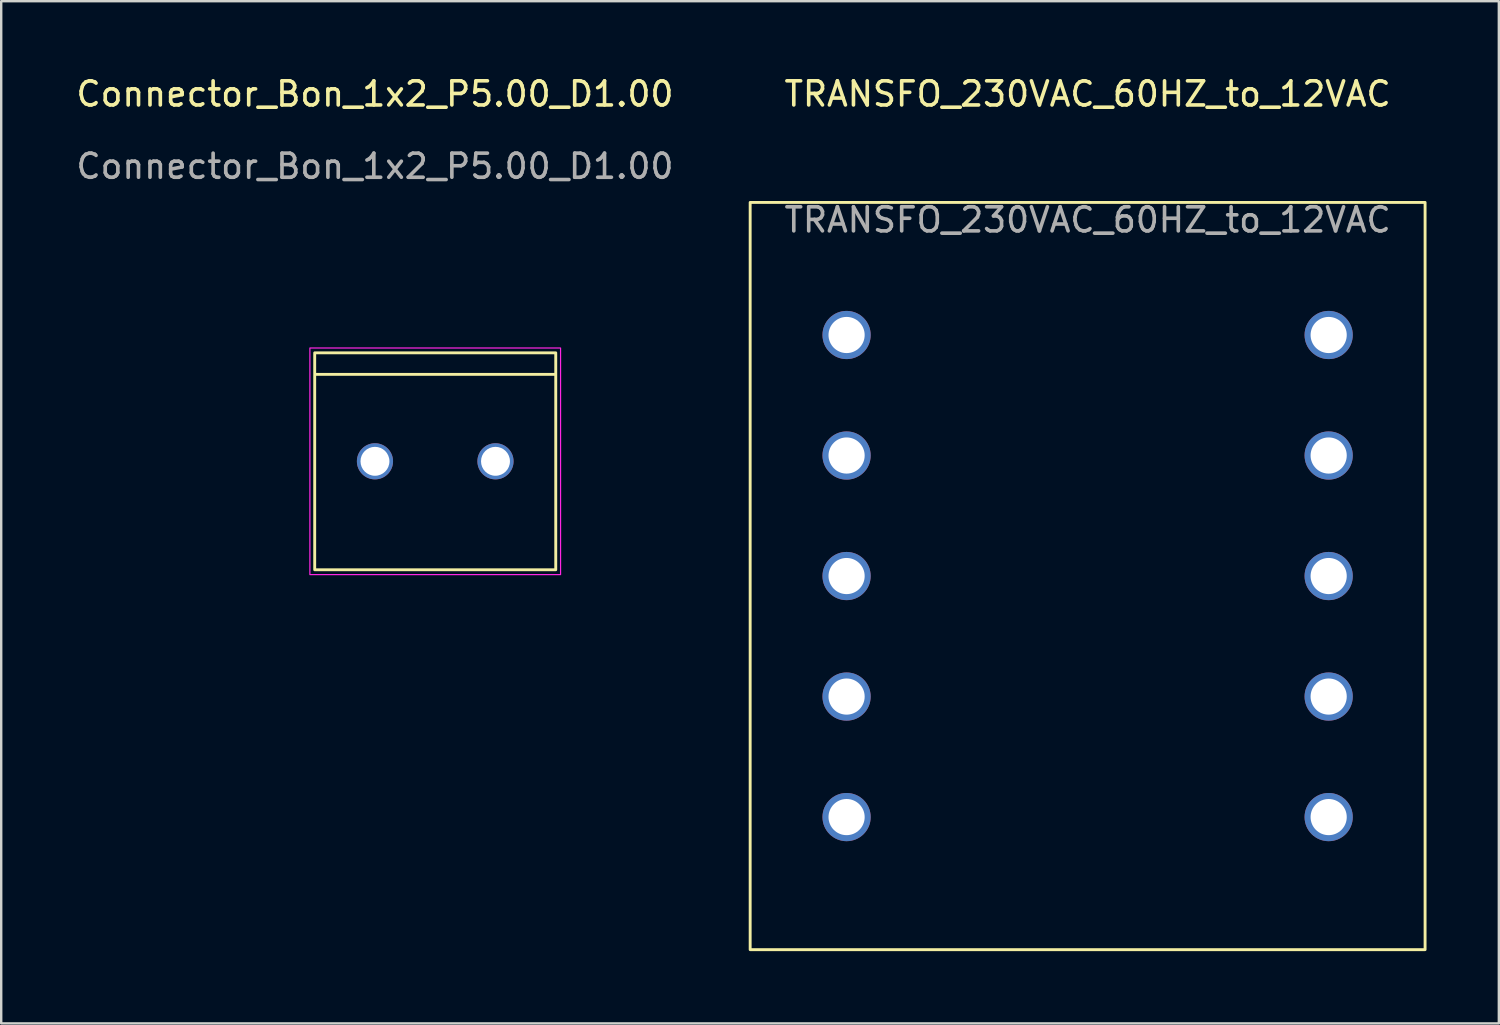
<source format=kicad_pcb>
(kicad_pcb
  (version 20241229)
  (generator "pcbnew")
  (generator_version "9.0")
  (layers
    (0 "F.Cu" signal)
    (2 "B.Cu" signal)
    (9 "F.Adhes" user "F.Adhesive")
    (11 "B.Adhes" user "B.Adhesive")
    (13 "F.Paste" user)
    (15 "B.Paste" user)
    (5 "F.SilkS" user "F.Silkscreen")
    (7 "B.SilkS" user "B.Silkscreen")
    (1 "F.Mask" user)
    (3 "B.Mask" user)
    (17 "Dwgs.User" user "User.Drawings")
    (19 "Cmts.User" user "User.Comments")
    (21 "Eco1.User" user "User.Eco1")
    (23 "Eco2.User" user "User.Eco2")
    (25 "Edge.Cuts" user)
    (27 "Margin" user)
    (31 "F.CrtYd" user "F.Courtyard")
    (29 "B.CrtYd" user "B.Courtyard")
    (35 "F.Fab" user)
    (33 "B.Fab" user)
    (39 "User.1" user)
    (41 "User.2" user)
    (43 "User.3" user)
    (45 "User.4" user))
  (footprint "TRANSFO_230VAC_60HZ_to_12VAC"
    (layer "F.Cu")
    (at 32.072 10.848)
    (property "Reference" "TRANSFO_230VAC_60HZ_to_12VAC" (at 10 -10 0) (unlocked yes) (layer "F.SilkS") (effects (font (size 1 1) (thickness 0.15))))
    (attr through_hole)
    (fp_rect (start -4 -5.5) (end 24 25.5) (stroke (width 0.12) (type solid)) (fill no) (layer "F.SilkS"))
    (fp_text user "${REFERENCE}" (at 10 -4.775 0) (unlocked yes) (layer "F.Fab") (effects (font (size 1 1) (thickness 0.15))))
    (pad "1" thru_hole circle (at 0 20) (size 2 2) (drill 1.5) (layers "*.Cu" "*.Mask"))
    (pad "2" thru_hole circle (at 0 15) (size 2 2) (drill 1.5) (layers "*.Cu" "*.Mask"))
    (pad "3" thru_hole circle (at 0 10) (size 2 2) (drill 1.5) (layers "*.Cu" "*.Mask"))
    (pad "4" thru_hole circle (at 0 5) (size 2 2) (drill 1.5) (layers "*.Cu" "*.Mask"))
    (pad "5" thru_hole circle (at 0 0) (size 2 2) (drill 1.5) (layers "*.Cu" "*.Mask"))
    (pad "6" thru_hole circle (at 20 0) (size 2 2) (drill 1.5) (layers "*.Cu" "*.Mask"))
    (pad "7" thru_hole circle (at 20 5) (size 2 2) (drill 1.5) (layers "*.Cu" "*.Mask"))
    (pad "8" thru_hole circle (at 20 10) (size 2 2) (drill 1.5) (layers "*.Cu" "*.Mask"))
    (pad "9" thru_hole circle (at 20 15) (size 2 2) (drill 1.5) (layers "*.Cu" "*.Mask"))
    (pad "10" thru_hole circle (at 20 20) (size 2 2) (drill 1.5) (layers "*.Cu" "*.Mask")))
  (footprint "Connector_Bon_1x2_P5.00_D1.00"
    (layer "F.Cu")
    (at 12.506 16.088)
    (property "Reference" "Connector_Bon_1x2_P5.00_D1.00" (at 0 -15.24 0) (unlocked yes) (layer "F.SilkS") (effects (font (size 1 1) (thickness 0.15))))
    (attr through_hole)
    (fp_line (start 7.468 -3.607) (end -2.438 -3.607) (stroke (width 0.12) (type solid)) (layer "F.SilkS"))
    (fp_rect (start -2.5 -4.5) (end 7.5 4.5) (stroke (width 0.12) (type solid)) (fill no) (layer "F.SilkS"))
    (fp_rect (start -2.7 -4.7) (end 7.7 4.7) (stroke (width 0.05) (type solid)) (fill no) (layer "F.CrtYd"))
    (fp_text user "${REFERENCE}" (at 0 -12.24 0) (unlocked yes) (layer "F.Fab") (effects (font (size 1 1) (thickness 0.15))))
    (pad "1" thru_hole circle (at 0 0) (size 1.5 1.5) (drill 1.2) (layers "*.Cu" "*.Mask"))
    (pad "2" thru_hole circle (at 5 0) (size 1.5 1.5) (drill 1.2) (layers "*.Cu" "*.Mask")))
  (gr_rect
    (start -3 -3)
    (end 59.132 39.408)
    (stroke (width 0.1) (type default))
    (fill no)
    (layer "Edge.Cuts")))
</source>
